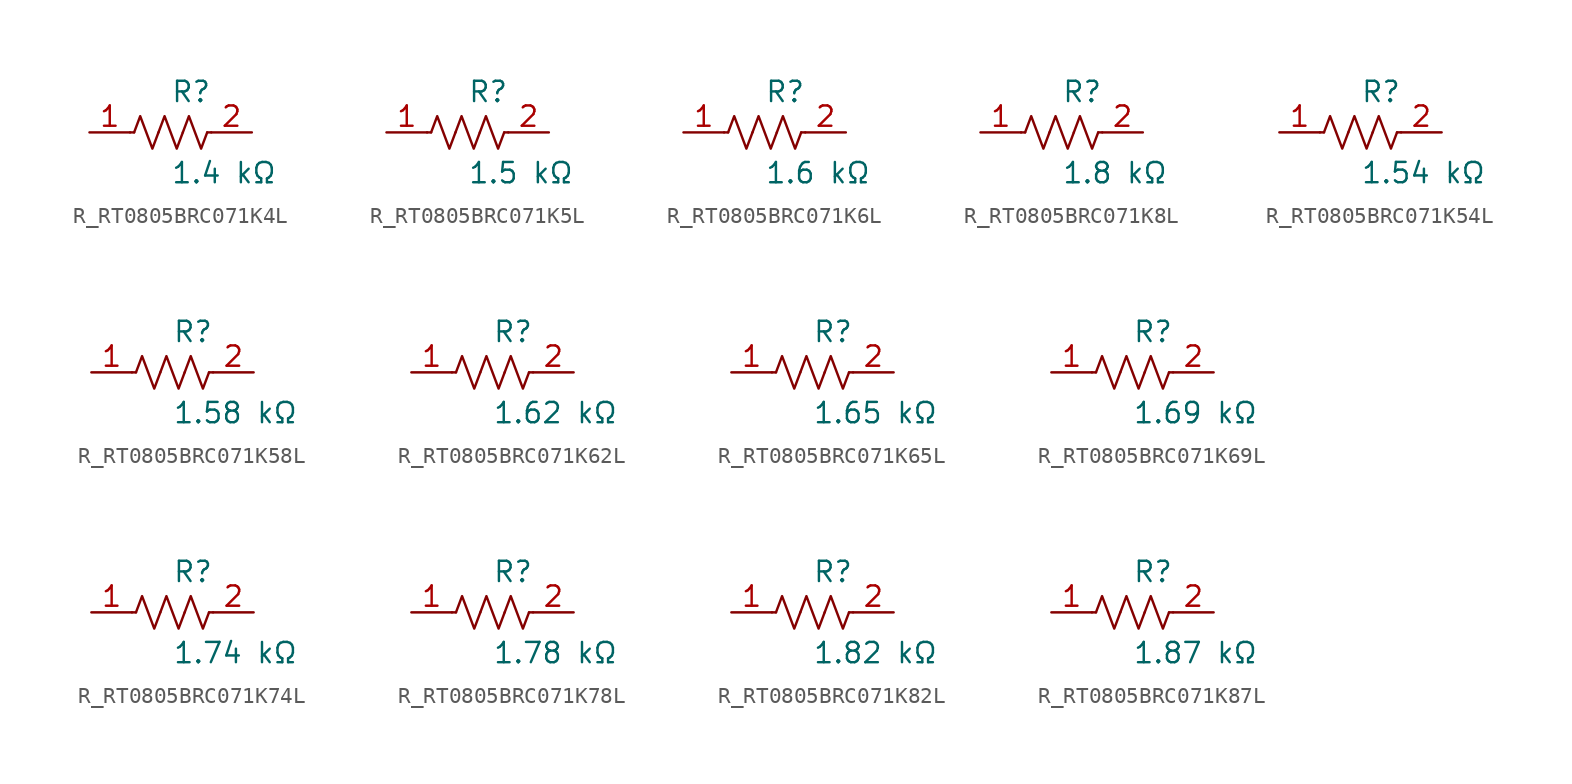
<source format=kicad_sym>
(kicad_symbol_lib
  (version 20231120)
  (generator kicad_symbol_editor)
  (generator_version 8.0)
  (symbol "R_RT0805BRC071K4L"
    (pin_names
      (offset 0.254))
    (property "Reference" "R"
      (at 0 2.54 0)
      (effects (font (size 1.27 1.27)) (justify left)))
    (property "Value" "1.4 kΩ"
      (at 0 -2.54 0)
      (effects (font (size 1.27 1.27)) (justify left)))
    (symbol "R_RT0805BRC071K4L_0_1"
      (polyline (pts (xy 2.286 0) (xy 2.54 0)) (stroke (width 0) (type default)) (fill (type none)))
      (polyline (pts (xy -2.286 0) (xy -2.54 0)) (stroke (width 0) (type default)) (fill (type none)))
      (polyline (pts (xy 0.762 0) (xy 1.143 1.016) (xy 1.524 0) (xy 1.905 -1.016) (xy 2.286 0)) (stroke (width 0) (type default)) (fill (type none)))
      (polyline (pts (xy -0.762 0) (xy -0.381 1.016) (xy 0 0) (xy 0.381 -1.016) (xy 0.762 0)) (stroke (width 0) (type default)) (fill (type none)))
      (polyline (pts (xy -2.286 0) (xy -1.905 1.016) (xy -1.524 0) (xy -1.143 -1.016) (xy -0.762 0)) (stroke (width 0) (type default)) (fill (type none))))
    (pin unspecified line
      (at -5.08 0 0)
      (length 2.54)
      (name "" (effects (font (size 1.27 1.27))))
      (number "1" (effects (font (size 1.27 1.27)))))
    (pin unspecified line
      (at 5.08 0 180)
      (length 2.54)
      (name "" (effects (font (size 1.27 1.27))))
      (number "2" (effects (font (size 1.27 1.27))))))
  (symbol "R_RT0805BRC071K5L"
    (pin_names
      (offset 0.254))
    (property "Reference" "R"
      (at 0 2.54 0)
      (effects (font (size 1.27 1.27)) (justify left)))
    (property "Value" "1.5 kΩ"
      (at 0 -2.54 0)
      (effects (font (size 1.27 1.27)) (justify left)))
    (symbol "R_RT0805BRC071K5L_0_1"
      (polyline (pts (xy 2.286 0) (xy 2.54 0)) (stroke (width 0) (type default)) (fill (type none)))
      (polyline (pts (xy -2.286 0) (xy -2.54 0)) (stroke (width 0) (type default)) (fill (type none)))
      (polyline (pts (xy 0.762 0) (xy 1.143 1.016) (xy 1.524 0) (xy 1.905 -1.016) (xy 2.286 0)) (stroke (width 0) (type default)) (fill (type none)))
      (polyline (pts (xy -0.762 0) (xy -0.381 1.016) (xy 0 0) (xy 0.381 -1.016) (xy 0.762 0)) (stroke (width 0) (type default)) (fill (type none)))
      (polyline (pts (xy -2.286 0) (xy -1.905 1.016) (xy -1.524 0) (xy -1.143 -1.016) (xy -0.762 0)) (stroke (width 0) (type default)) (fill (type none))))
    (pin unspecified line
      (at -5.08 0 0)
      (length 2.54)
      (name "" (effects (font (size 1.27 1.27))))
      (number "1" (effects (font (size 1.27 1.27)))))
    (pin unspecified line
      (at 5.08 0 180)
      (length 2.54)
      (name "" (effects (font (size 1.27 1.27))))
      (number "2" (effects (font (size 1.27 1.27))))))
  (symbol "R_RT0805BRC071K6L"
    (pin_names
      (offset 0.254))
    (property "Reference" "R"
      (at 0 2.54 0)
      (effects (font (size 1.27 1.27)) (justify left)))
    (property "Value" "1.6 kΩ"
      (at 0 -2.54 0)
      (effects (font (size 1.27 1.27)) (justify left)))
    (symbol "R_RT0805BRC071K6L_0_1"
      (polyline (pts (xy 2.286 0) (xy 2.54 0)) (stroke (width 0) (type default)) (fill (type none)))
      (polyline (pts (xy -2.286 0) (xy -2.54 0)) (stroke (width 0) (type default)) (fill (type none)))
      (polyline (pts (xy 0.762 0) (xy 1.143 1.016) (xy 1.524 0) (xy 1.905 -1.016) (xy 2.286 0)) (stroke (width 0) (type default)) (fill (type none)))
      (polyline (pts (xy -0.762 0) (xy -0.381 1.016) (xy 0 0) (xy 0.381 -1.016) (xy 0.762 0)) (stroke (width 0) (type default)) (fill (type none)))
      (polyline (pts (xy -2.286 0) (xy -1.905 1.016) (xy -1.524 0) (xy -1.143 -1.016) (xy -0.762 0)) (stroke (width 0) (type default)) (fill (type none))))
    (pin unspecified line
      (at -5.08 0 0)
      (length 2.54)
      (name "" (effects (font (size 1.27 1.27))))
      (number "1" (effects (font (size 1.27 1.27)))))
    (pin unspecified line
      (at 5.08 0 180)
      (length 2.54)
      (name "" (effects (font (size 1.27 1.27))))
      (number "2" (effects (font (size 1.27 1.27))))))
  (symbol "R_RT0805BRC071K8L"
    (pin_names
      (offset 0.254))
    (property "Reference" "R"
      (at 0 2.54 0)
      (effects (font (size 1.27 1.27)) (justify left)))
    (property "Value" "1.8 kΩ"
      (at 0 -2.54 0)
      (effects (font (size 1.27 1.27)) (justify left)))
    (symbol "R_RT0805BRC071K8L_0_1"
      (polyline (pts (xy 2.286 0) (xy 2.54 0)) (stroke (width 0) (type default)) (fill (type none)))
      (polyline (pts (xy -2.286 0) (xy -2.54 0)) (stroke (width 0) (type default)) (fill (type none)))
      (polyline (pts (xy 0.762 0) (xy 1.143 1.016) (xy 1.524 0) (xy 1.905 -1.016) (xy 2.286 0)) (stroke (width 0) (type default)) (fill (type none)))
      (polyline (pts (xy -0.762 0) (xy -0.381 1.016) (xy 0 0) (xy 0.381 -1.016) (xy 0.762 0)) (stroke (width 0) (type default)) (fill (type none)))
      (polyline (pts (xy -2.286 0) (xy -1.905 1.016) (xy -1.524 0) (xy -1.143 -1.016) (xy -0.762 0)) (stroke (width 0) (type default)) (fill (type none))))
    (pin unspecified line
      (at -5.08 0 0)
      (length 2.54)
      (name "" (effects (font (size 1.27 1.27))))
      (number "1" (effects (font (size 1.27 1.27)))))
    (pin unspecified line
      (at 5.08 0 180)
      (length 2.54)
      (name "" (effects (font (size 1.27 1.27))))
      (number "2" (effects (font (size 1.27 1.27))))))
  (symbol "R_RT0805BRC071K54L"
    (pin_names
      (offset 0.254))
    (property "Reference" "R"
      (at 0 2.54 0)
      (effects (font (size 1.27 1.27)) (justify left)))
    (property "Value" "1.54 kΩ"
      (at 0 -2.54 0)
      (effects (font (size 1.27 1.27)) (justify left)))
    (symbol "R_RT0805BRC071K54L_0_1"
      (polyline (pts (xy 2.286 0) (xy 2.54 0)) (stroke (width 0) (type default)) (fill (type none)))
      (polyline (pts (xy -2.286 0) (xy -2.54 0)) (stroke (width 0) (type default)) (fill (type none)))
      (polyline (pts (xy 0.762 0) (xy 1.143 1.016) (xy 1.524 0) (xy 1.905 -1.016) (xy 2.286 0)) (stroke (width 0) (type default)) (fill (type none)))
      (polyline (pts (xy -0.762 0) (xy -0.381 1.016) (xy 0 0) (xy 0.381 -1.016) (xy 0.762 0)) (stroke (width 0) (type default)) (fill (type none)))
      (polyline (pts (xy -2.286 0) (xy -1.905 1.016) (xy -1.524 0) (xy -1.143 -1.016) (xy -0.762 0)) (stroke (width 0) (type default)) (fill (type none))))
    (pin unspecified line
      (at -5.08 0 0)
      (length 2.54)
      (name "" (effects (font (size 1.27 1.27))))
      (number "1" (effects (font (size 1.27 1.27)))))
    (pin unspecified line
      (at 5.08 0 180)
      (length 2.54)
      (name "" (effects (font (size 1.27 1.27))))
      (number "2" (effects (font (size 1.27 1.27))))))
  (symbol "R_RT0805BRC071K58L"
    (pin_names
      (offset 0.254))
    (property "Reference" "R"
      (at 0 2.54 0)
      (effects (font (size 1.27 1.27)) (justify left)))
    (property "Value" "1.58 kΩ"
      (at 0 -2.54 0)
      (effects (font (size 1.27 1.27)) (justify left)))
    (symbol "R_RT0805BRC071K58L_0_1"
      (polyline (pts (xy 2.286 0) (xy 2.54 0)) (stroke (width 0) (type default)) (fill (type none)))
      (polyline (pts (xy -2.286 0) (xy -2.54 0)) (stroke (width 0) (type default)) (fill (type none)))
      (polyline (pts (xy 0.762 0) (xy 1.143 1.016) (xy 1.524 0) (xy 1.905 -1.016) (xy 2.286 0)) (stroke (width 0) (type default)) (fill (type none)))
      (polyline (pts (xy -0.762 0) (xy -0.381 1.016) (xy 0 0) (xy 0.381 -1.016) (xy 0.762 0)) (stroke (width 0) (type default)) (fill (type none)))
      (polyline (pts (xy -2.286 0) (xy -1.905 1.016) (xy -1.524 0) (xy -1.143 -1.016) (xy -0.762 0)) (stroke (width 0) (type default)) (fill (type none))))
    (pin unspecified line
      (at -5.08 0 0)
      (length 2.54)
      (name "" (effects (font (size 1.27 1.27))))
      (number "1" (effects (font (size 1.27 1.27)))))
    (pin unspecified line
      (at 5.08 0 180)
      (length 2.54)
      (name "" (effects (font (size 1.27 1.27))))
      (number "2" (effects (font (size 1.27 1.27))))))
  (symbol "R_RT0805BRC071K62L"
    (pin_names
      (offset 0.254))
    (property "Reference" "R"
      (at 0 2.54 0)
      (effects (font (size 1.27 1.27)) (justify left)))
    (property "Value" "1.62 kΩ"
      (at 0 -2.54 0)
      (effects (font (size 1.27 1.27)) (justify left)))
    (symbol "R_RT0805BRC071K62L_0_1"
      (polyline (pts (xy 2.286 0) (xy 2.54 0)) (stroke (width 0) (type default)) (fill (type none)))
      (polyline (pts (xy -2.286 0) (xy -2.54 0)) (stroke (width 0) (type default)) (fill (type none)))
      (polyline (pts (xy 0.762 0) (xy 1.143 1.016) (xy 1.524 0) (xy 1.905 -1.016) (xy 2.286 0)) (stroke (width 0) (type default)) (fill (type none)))
      (polyline (pts (xy -0.762 0) (xy -0.381 1.016) (xy 0 0) (xy 0.381 -1.016) (xy 0.762 0)) (stroke (width 0) (type default)) (fill (type none)))
      (polyline (pts (xy -2.286 0) (xy -1.905 1.016) (xy -1.524 0) (xy -1.143 -1.016) (xy -0.762 0)) (stroke (width 0) (type default)) (fill (type none))))
    (pin unspecified line
      (at -5.08 0 0)
      (length 2.54)
      (name "" (effects (font (size 1.27 1.27))))
      (number "1" (effects (font (size 1.27 1.27)))))
    (pin unspecified line
      (at 5.08 0 180)
      (length 2.54)
      (name "" (effects (font (size 1.27 1.27))))
      (number "2" (effects (font (size 1.27 1.27))))))
  (symbol "R_RT0805BRC071K65L"
    (pin_names
      (offset 0.254))
    (property "Reference" "R"
      (at 0 2.54 0)
      (effects (font (size 1.27 1.27)) (justify left)))
    (property "Value" "1.65 kΩ"
      (at 0 -2.54 0)
      (effects (font (size 1.27 1.27)) (justify left)))
    (symbol "R_RT0805BRC071K65L_0_1"
      (polyline (pts (xy 2.286 0) (xy 2.54 0)) (stroke (width 0) (type default)) (fill (type none)))
      (polyline (pts (xy -2.286 0) (xy -2.54 0)) (stroke (width 0) (type default)) (fill (type none)))
      (polyline (pts (xy 0.762 0) (xy 1.143 1.016) (xy 1.524 0) (xy 1.905 -1.016) (xy 2.286 0)) (stroke (width 0) (type default)) (fill (type none)))
      (polyline (pts (xy -0.762 0) (xy -0.381 1.016) (xy 0 0) (xy 0.381 -1.016) (xy 0.762 0)) (stroke (width 0) (type default)) (fill (type none)))
      (polyline (pts (xy -2.286 0) (xy -1.905 1.016) (xy -1.524 0) (xy -1.143 -1.016) (xy -0.762 0)) (stroke (width 0) (type default)) (fill (type none))))
    (pin unspecified line
      (at -5.08 0 0)
      (length 2.54)
      (name "" (effects (font (size 1.27 1.27))))
      (number "1" (effects (font (size 1.27 1.27)))))
    (pin unspecified line
      (at 5.08 0 180)
      (length 2.54)
      (name "" (effects (font (size 1.27 1.27))))
      (number "2" (effects (font (size 1.27 1.27))))))
  (symbol "R_RT0805BRC071K69L"
    (pin_names
      (offset 0.254))
    (property "Reference" "R"
      (at 0 2.54 0)
      (effects (font (size 1.27 1.27)) (justify left)))
    (property "Value" "1.69 kΩ"
      (at 0 -2.54 0)
      (effects (font (size 1.27 1.27)) (justify left)))
    (symbol "R_RT0805BRC071K69L_0_1"
      (polyline (pts (xy 2.286 0) (xy 2.54 0)) (stroke (width 0) (type default)) (fill (type none)))
      (polyline (pts (xy -2.286 0) (xy -2.54 0)) (stroke (width 0) (type default)) (fill (type none)))
      (polyline (pts (xy 0.762 0) (xy 1.143 1.016) (xy 1.524 0) (xy 1.905 -1.016) (xy 2.286 0)) (stroke (width 0) (type default)) (fill (type none)))
      (polyline (pts (xy -0.762 0) (xy -0.381 1.016) (xy 0 0) (xy 0.381 -1.016) (xy 0.762 0)) (stroke (width 0) (type default)) (fill (type none)))
      (polyline (pts (xy -2.286 0) (xy -1.905 1.016) (xy -1.524 0) (xy -1.143 -1.016) (xy -0.762 0)) (stroke (width 0) (type default)) (fill (type none))))
    (pin unspecified line
      (at -5.08 0 0)
      (length 2.54)
      (name "" (effects (font (size 1.27 1.27))))
      (number "1" (effects (font (size 1.27 1.27)))))
    (pin unspecified line
      (at 5.08 0 180)
      (length 2.54)
      (name "" (effects (font (size 1.27 1.27))))
      (number "2" (effects (font (size 1.27 1.27))))))
  (symbol "R_RT0805BRC071K74L"
    (pin_names
      (offset 0.254))
    (property "Reference" "R"
      (at 0 2.54 0)
      (effects (font (size 1.27 1.27)) (justify left)))
    (property "Value" "1.74 kΩ"
      (at 0 -2.54 0)
      (effects (font (size 1.27 1.27)) (justify left)))
    (symbol "R_RT0805BRC071K74L_0_1"
      (polyline (pts (xy 2.286 0) (xy 2.54 0)) (stroke (width 0) (type default)) (fill (type none)))
      (polyline (pts (xy -2.286 0) (xy -2.54 0)) (stroke (width 0) (type default)) (fill (type none)))
      (polyline (pts (xy 0.762 0) (xy 1.143 1.016) (xy 1.524 0) (xy 1.905 -1.016) (xy 2.286 0)) (stroke (width 0) (type default)) (fill (type none)))
      (polyline (pts (xy -0.762 0) (xy -0.381 1.016) (xy 0 0) (xy 0.381 -1.016) (xy 0.762 0)) (stroke (width 0) (type default)) (fill (type none)))
      (polyline (pts (xy -2.286 0) (xy -1.905 1.016) (xy -1.524 0) (xy -1.143 -1.016) (xy -0.762 0)) (stroke (width 0) (type default)) (fill (type none))))
    (pin unspecified line
      (at -5.08 0 0)
      (length 2.54)
      (name "" (effects (font (size 1.27 1.27))))
      (number "1" (effects (font (size 1.27 1.27)))))
    (pin unspecified line
      (at 5.08 0 180)
      (length 2.54)
      (name "" (effects (font (size 1.27 1.27))))
      (number "2" (effects (font (size 1.27 1.27))))))
  (symbol "R_RT0805BRC071K78L"
    (pin_names
      (offset 0.254))
    (property "Reference" "R"
      (at 0 2.54 0)
      (effects (font (size 1.27 1.27)) (justify left)))
    (property "Value" "1.78 kΩ"
      (at 0 -2.54 0)
      (effects (font (size 1.27 1.27)) (justify left)))
    (symbol "R_RT0805BRC071K78L_0_1"
      (polyline (pts (xy 2.286 0) (xy 2.54 0)) (stroke (width 0) (type default)) (fill (type none)))
      (polyline (pts (xy -2.286 0) (xy -2.54 0)) (stroke (width 0) (type default)) (fill (type none)))
      (polyline (pts (xy 0.762 0) (xy 1.143 1.016) (xy 1.524 0) (xy 1.905 -1.016) (xy 2.286 0)) (stroke (width 0) (type default)) (fill (type none)))
      (polyline (pts (xy -0.762 0) (xy -0.381 1.016) (xy 0 0) (xy 0.381 -1.016) (xy 0.762 0)) (stroke (width 0) (type default)) (fill (type none)))
      (polyline (pts (xy -2.286 0) (xy -1.905 1.016) (xy -1.524 0) (xy -1.143 -1.016) (xy -0.762 0)) (stroke (width 0) (type default)) (fill (type none))))
    (pin unspecified line
      (at -5.08 0 0)
      (length 2.54)
      (name "" (effects (font (size 1.27 1.27))))
      (number "1" (effects (font (size 1.27 1.27)))))
    (pin unspecified line
      (at 5.08 0 180)
      (length 2.54)
      (name "" (effects (font (size 1.27 1.27))))
      (number "2" (effects (font (size 1.27 1.27))))))
  (symbol "R_RT0805BRC071K82L"
    (pin_names
      (offset 0.254))
    (property "Reference" "R"
      (at 0 2.54 0)
      (effects (font (size 1.27 1.27)) (justify left)))
    (property "Value" "1.82 kΩ"
      (at 0 -2.54 0)
      (effects (font (size 1.27 1.27)) (justify left)))
    (symbol "R_RT0805BRC071K82L_0_1"
      (polyline (pts (xy 2.286 0) (xy 2.54 0)) (stroke (width 0) (type default)) (fill (type none)))
      (polyline (pts (xy -2.286 0) (xy -2.54 0)) (stroke (width 0) (type default)) (fill (type none)))
      (polyline (pts (xy 0.762 0) (xy 1.143 1.016) (xy 1.524 0) (xy 1.905 -1.016) (xy 2.286 0)) (stroke (width 0) (type default)) (fill (type none)))
      (polyline (pts (xy -0.762 0) (xy -0.381 1.016) (xy 0 0) (xy 0.381 -1.016) (xy 0.762 0)) (stroke (width 0) (type default)) (fill (type none)))
      (polyline (pts (xy -2.286 0) (xy -1.905 1.016) (xy -1.524 0) (xy -1.143 -1.016) (xy -0.762 0)) (stroke (width 0) (type default)) (fill (type none))))
    (pin unspecified line
      (at -5.08 0 0)
      (length 2.54)
      (name "" (effects (font (size 1.27 1.27))))
      (number "1" (effects (font (size 1.27 1.27)))))
    (pin unspecified line
      (at 5.08 0 180)
      (length 2.54)
      (name "" (effects (font (size 1.27 1.27))))
      (number "2" (effects (font (size 1.27 1.27))))))
  (symbol "R_RT0805BRC071K87L"
    (pin_names
      (offset 0.254))
    (property "Reference" "R"
      (at 0 2.54 0)
      (effects (font (size 1.27 1.27)) (justify left)))
    (property "Value" "1.87 kΩ"
      (at 0 -2.54 0)
      (effects (font (size 1.27 1.27)) (justify left)))
    (symbol "R_RT0805BRC071K87L_0_1"
      (polyline (pts (xy 2.286 0) (xy 2.54 0)) (stroke (width 0) (type default)) (fill (type none)))
      (polyline (pts (xy -2.286 0) (xy -2.54 0)) (stroke (width 0) (type default)) (fill (type none)))
      (polyline (pts (xy 0.762 0) (xy 1.143 1.016) (xy 1.524 0) (xy 1.905 -1.016) (xy 2.286 0)) (stroke (width 0) (type default)) (fill (type none)))
      (polyline (pts (xy -0.762 0) (xy -0.381 1.016) (xy 0 0) (xy 0.381 -1.016) (xy 0.762 0)) (stroke (width 0) (type default)) (fill (type none)))
      (polyline (pts (xy -2.286 0) (xy -1.905 1.016) (xy -1.524 0) (xy -1.143 -1.016) (xy -0.762 0)) (stroke (width 0) (type default)) (fill (type none))))
    (pin unspecified line
      (at -5.08 0 0)
      (length 2.54)
      (name "" (effects (font (size 1.27 1.27))))
      (number "1" (effects (font (size 1.27 1.27)))))
    (pin unspecified line
      (at 5.08 0 180)
      (length 2.54)
      (name "" (effects (font (size 1.27 1.27))))
      (number "2" (effects (font (size 1.27 1.27)))))))
</source>
